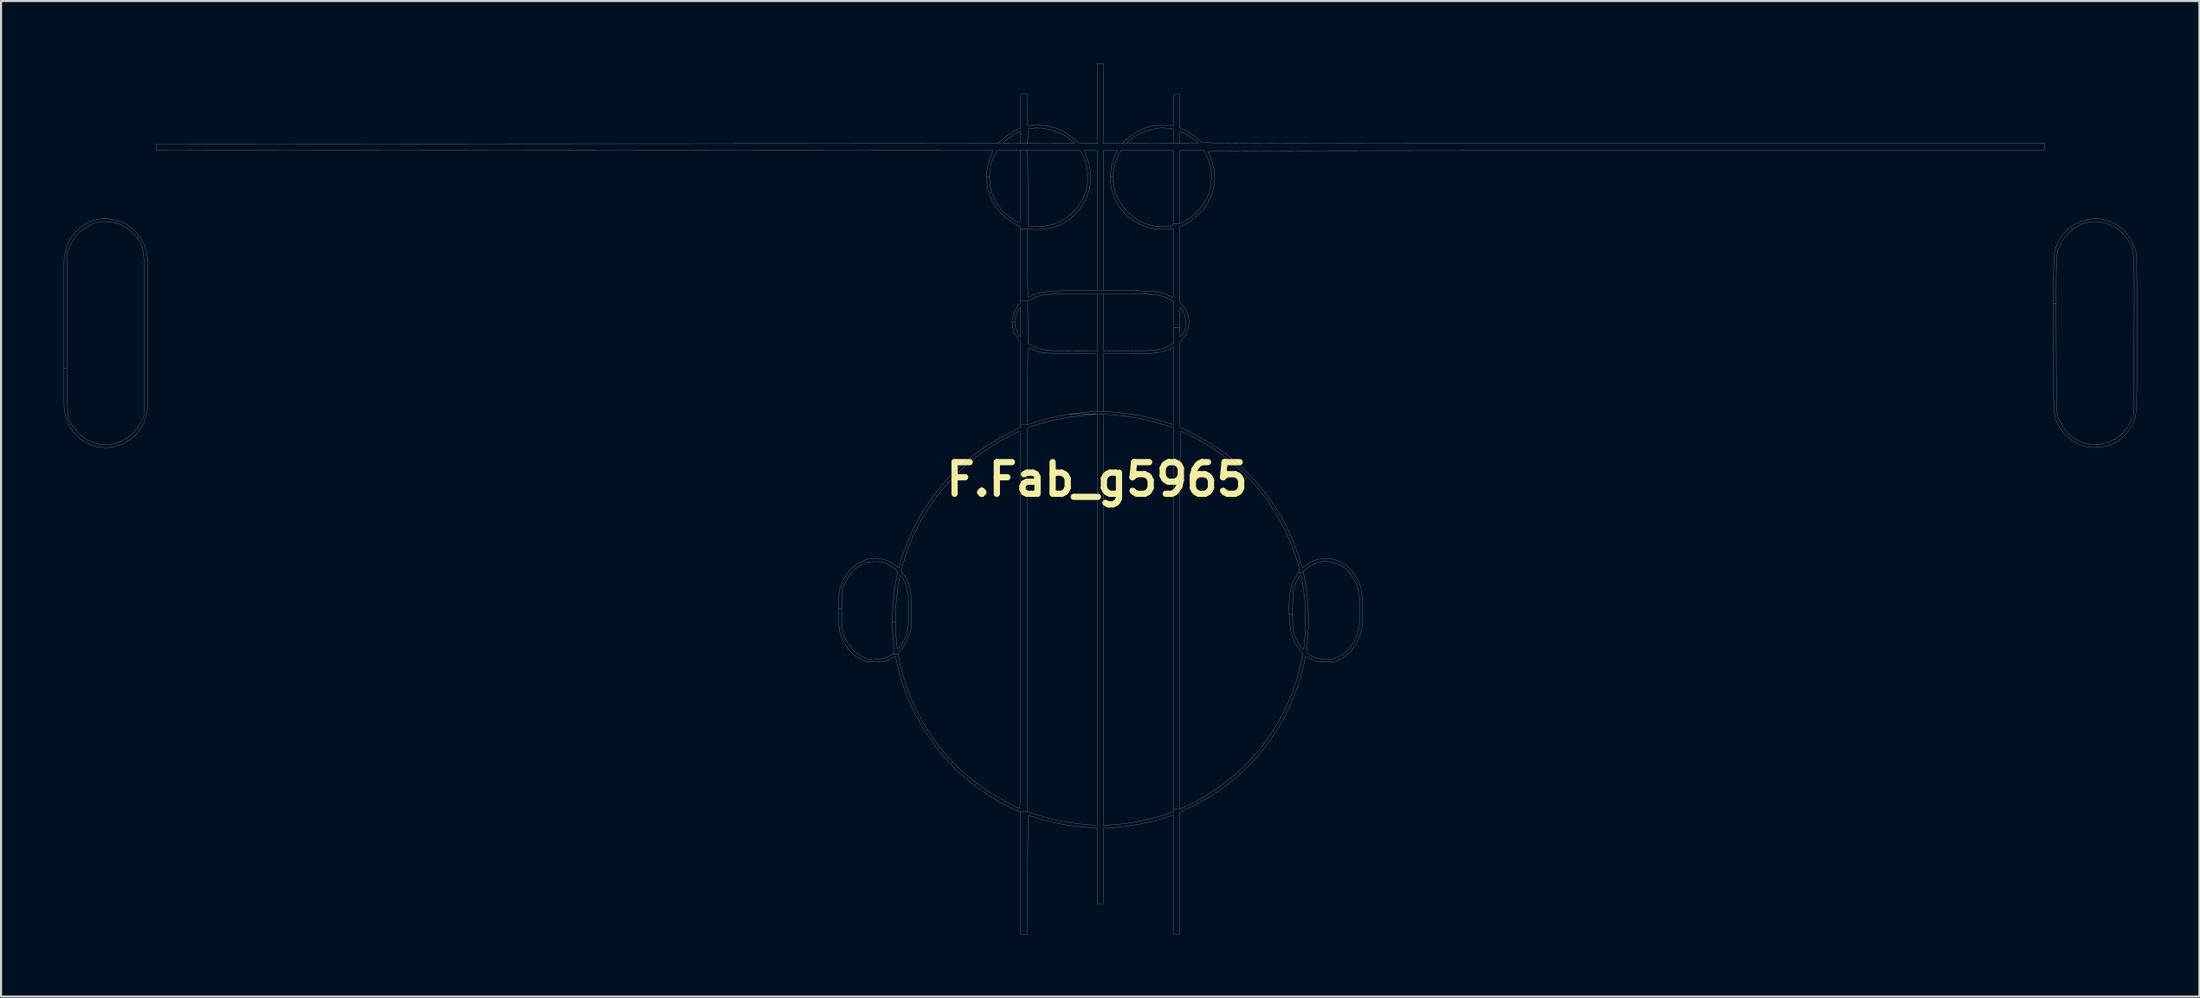
<source format=kicad_pcb>
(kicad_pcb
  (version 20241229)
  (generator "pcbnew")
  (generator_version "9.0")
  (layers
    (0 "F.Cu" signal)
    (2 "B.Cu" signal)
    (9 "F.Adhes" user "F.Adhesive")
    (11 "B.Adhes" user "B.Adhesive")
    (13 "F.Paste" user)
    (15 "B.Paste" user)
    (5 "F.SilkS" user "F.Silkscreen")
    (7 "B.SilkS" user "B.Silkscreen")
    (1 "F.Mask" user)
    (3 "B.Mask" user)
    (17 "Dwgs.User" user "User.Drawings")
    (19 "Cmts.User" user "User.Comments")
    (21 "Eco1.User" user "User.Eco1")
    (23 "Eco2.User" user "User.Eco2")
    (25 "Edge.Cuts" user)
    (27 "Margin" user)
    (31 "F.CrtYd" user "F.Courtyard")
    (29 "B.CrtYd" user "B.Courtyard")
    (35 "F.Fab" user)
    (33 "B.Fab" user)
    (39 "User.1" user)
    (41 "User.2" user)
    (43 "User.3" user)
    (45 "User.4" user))
  (footprint "F.Fab_g5965"
    (layer "F.Cu")
    (at 49.745 20.029)
    (property "Reference" "F.Fab_g5965" (at 0 0 0) (layer "F.SilkS") (effects (font (size 1.524 1.524) (thickness 0.3))))
    (attr through_hole)
    (fp_poly (pts (xy -47.208 -12.494) (xy -46.854 -12.364) (xy -46.531 -12.171) (xy -46.248 -11.918) (xy -46.014 -11.612) (xy -45.836 -11.257) (xy -45.739 -10.927) (xy -45.728 -10.862) (xy -45.718 -10.773) (xy -45.71 -10.654) (xy -45.703 -10.5) (xy -45.697 -10.306) (xy -45.692 -10.067) (xy -45.688 -9.778) (xy -45.684 -9.432) (xy -45.682 -9.026) (xy -45.68 -8.554) (xy -45.679 -8.01) (xy -45.679 -7.39) (xy -45.678 -7.024) (xy -45.678 -6.385) (xy -45.678 -5.825) (xy -45.679 -5.338) (xy -45.68 -4.919) (xy -45.681 -4.561) (xy -45.684 -4.258) (xy -45.687 -4.006) (xy -45.691 -3.798) (xy -45.696 -3.628) (xy -45.702 -3.491) (xy -45.71 -3.381) (xy -45.719 -3.292) (xy -45.73 -3.218) (xy -45.742 -3.153) (xy -45.756 -3.092) (xy -45.762 -3.069) (xy -45.868 -2.743) (xy -46.014 -2.464) (xy -46.217 -2.201) (xy -46.279 -2.133) (xy -46.568 -1.886) (xy -46.904 -1.701) (xy -47.272 -1.581) (xy -47.655 -1.53) (xy -48.038 -1.553) (xy -48.213 -1.591) (xy -48.583 -1.733) (xy -48.915 -1.944) (xy -49.202 -2.215) (xy -49.434 -2.536) (xy -49.602 -2.896) (xy -49.698 -3.281) (xy -49.705 -3.377) (xy -49.712 -3.55) (xy -49.718 -3.792) (xy -49.723 -4.094) (xy -49.728 -4.449) (xy -49.732 -4.849) (xy -49.732 -4.875) (xy -49.569 -4.875) (xy -49.568 -4.477) (xy -49.565 -4.135) (xy -49.559 -3.845) (xy -49.552 -3.602) (xy -49.541 -3.4) (xy -49.527 -3.234) (xy -49.51 -3.098) (xy -49.489 -2.986) (xy -49.464 -2.894) (xy -49.435 -2.815) (xy -49.401 -2.745) (xy -49.361 -2.677) (xy -49.316 -2.607) (xy -49.278 -2.549) (xy -49.031 -2.237) (xy -48.738 -1.993) (xy -48.493 -1.857) (xy -48.19 -1.735) (xy -47.914 -1.672) (xy -47.636 -1.665) (xy -47.389 -1.697) (xy -47.03 -1.805) (xy -46.695 -1.986) (xy -46.397 -2.23) (xy -46.15 -2.526) (xy -46.004 -2.781) (xy -45.868 -3.069) (xy -45.855 -6.921) (xy -45.853 -7.606) (xy -45.851 -8.212) (xy -45.85 -8.744) (xy -45.85 -9.207) (xy -45.851 -9.608) (xy -45.855 -9.951) (xy -45.86 -10.242) (xy -45.867 -10.486) (xy -45.878 -10.69) (xy -45.891 -10.857) (xy -45.908 -10.995) (xy -45.929 -11.107) (xy -45.954 -11.2) (xy -45.983 -11.279) (xy -46.017 -11.35) (xy -46.056 -11.417) (xy -46.101 -11.487) (xy -46.142 -11.549) (xy -46.375 -11.844) (xy -46.665 -12.085) (xy -46.947 -12.247) (xy -47.071 -12.306) (xy -47.175 -12.345) (xy -47.281 -12.368) (xy -47.414 -12.379) (xy -47.596 -12.382) (xy -47.709 -12.383) (xy -47.923 -12.381) (xy -48.077 -12.374) (xy -48.193 -12.358) (xy -48.296 -12.327) (xy -48.41 -12.278) (xy -48.483 -12.242) (xy -48.825 -12.029) (xy -49.114 -11.752) (xy -49.343 -11.416) (xy -49.393 -11.317) (xy -49.551 -10.986) (xy -49.564 -7.154) (xy -49.566 -6.471) (xy -49.568 -5.867) (xy -49.569 -5.337) (xy -49.569 -4.875) (xy -49.732 -4.875) (xy -49.735 -5.285) (xy -49.737 -5.75) (xy -49.739 -6.236) (xy -49.74 -6.735) (xy -49.74 -7.239) (xy -49.739 -7.74) (xy -49.738 -8.229) (xy -49.736 -8.7) (xy -49.733 -9.144) (xy -49.73 -9.552) (xy -49.725 -9.918) (xy -49.72 -10.233) (xy -49.714 -10.488) (xy -49.708 -10.677) (xy -49.7 -10.791) (xy -49.699 -10.806) (xy -49.602 -11.196) (xy -49.433 -11.557) (xy -49.202 -11.877) (xy -48.916 -12.147) (xy -48.585 -12.355) (xy -48.365 -12.446) (xy -47.972 -12.54) (xy -47.583 -12.554) (xy -47.208 -12.494)) (stroke (width 0.01) (type solid)) (fill no) (layer "F.Fab"))
    (fp_poly (pts (xy 48.34 -12.531) (xy 48.737 -12.423) (xy 49.094 -12.243) (xy 49.406 -11.997) (xy 49.667 -11.69) (xy 49.868 -11.328) (xy 49.97 -11.052) (xy 49.982 -11.005) (xy 49.992 -10.945) (xy 50.001 -10.867) (xy 50.009 -10.765) (xy 50.016 -10.635) (xy 50.021 -10.47) (xy 50.026 -10.266) (xy 50.03 -10.016) (xy 50.032 -9.716) (xy 50.035 -9.36) (xy 50.036 -8.943) (xy 50.037 -8.459) (xy 50.038 -7.903) (xy 50.038 -7.269) (xy 50.038 -7.05) (xy 50.038 -6.375) (xy 50.038 -5.78) (xy 50.037 -5.258) (xy 50.036 -4.804) (xy 50.033 -4.413) (xy 50.029 -4.079) (xy 50.023 -3.796) (xy 50.015 -3.559) (xy 50.004 -3.363) (xy 49.991 -3.201) (xy 49.975 -3.069) (xy 49.955 -2.96) (xy 49.932 -2.869) (xy 49.904 -2.792) (xy 49.872 -2.721) (xy 49.836 -2.652) (xy 49.794 -2.579) (xy 49.776 -2.548) (xy 49.612 -2.31) (xy 49.401 -2.08) (xy 49.171 -1.882) (xy 48.995 -1.769) (xy 48.65 -1.627) (xy 48.272 -1.548) (xy 47.885 -1.536) (xy 47.555 -1.584) (xy 47.217 -1.706) (xy 46.893 -1.897) (xy 46.603 -2.143) (xy 46.366 -2.427) (xy 46.254 -2.615) (xy 46.214 -2.694) (xy 46.179 -2.766) (xy 46.148 -2.839) (xy 46.121 -2.916) (xy 46.099 -3.004) (xy 46.079 -3.108) (xy 46.063 -3.234) (xy 46.05 -3.388) (xy 46.04 -3.574) (xy 46.032 -3.8) (xy 46.026 -4.07) (xy 46.022 -4.39) (xy 46.02 -4.765) (xy 46.019 -5.202) (xy 46.018 -5.706) (xy 46.018 -6.282) (xy 46.019 -6.937) (xy 46.019 -7.047) (xy 46.019 -7.7) (xy 46.02 -8.274) (xy 46.02 -8.458) (xy 46.15 -8.458) (xy 46.151 -7.8) (xy 46.152 -7.066) (xy 46.153 -6.894) (xy 46.155 -6.25) (xy 46.157 -5.685) (xy 46.159 -5.193) (xy 46.161 -4.77) (xy 46.164 -4.409) (xy 46.167 -4.104) (xy 46.171 -3.851) (xy 46.175 -3.644) (xy 46.18 -3.476) (xy 46.187 -3.344) (xy 46.194 -3.24) (xy 46.203 -3.159) (xy 46.214 -3.097) (xy 46.226 -3.046) (xy 46.239 -3.003) (xy 46.255 -2.96) (xy 46.256 -2.959) (xy 46.433 -2.597) (xy 46.665 -2.287) (xy 46.942 -2.035) (xy 47.254 -1.844) (xy 47.593 -1.719) (xy 47.948 -1.665) (xy 48.312 -1.686) (xy 48.648 -1.777) (xy 49.006 -1.957) (xy 49.318 -2.205) (xy 49.578 -2.512) (xy 49.775 -2.87) (xy 49.792 -2.911) (xy 49.89 -3.154) (xy 49.902 -6.91) (xy 49.904 -7.589) (xy 49.905 -8.189) (xy 49.906 -8.716) (xy 49.906 -9.174) (xy 49.904 -9.569) (xy 49.901 -9.908) (xy 49.895 -10.195) (xy 49.887 -10.435) (xy 49.877 -10.635) (xy 49.864 -10.8) (xy 49.848 -10.935) (xy 49.828 -11.046) (xy 49.805 -11.139) (xy 49.777 -11.218) (xy 49.745 -11.29) (xy 49.709 -11.359) (xy 49.667 -11.432) (xy 49.658 -11.448) (xy 49.508 -11.663) (xy 49.312 -11.877) (xy 49.096 -12.065) (xy 48.887 -12.201) (xy 48.874 -12.207) (xy 48.598 -12.322) (xy 48.324 -12.384) (xy 48.018 -12.4) (xy 47.902 -12.395) (xy 47.698 -12.379) (xy 47.538 -12.348) (xy 47.381 -12.292) (xy 47.233 -12.222) (xy 46.901 -12.012) (xy 46.62 -11.74) (xy 46.397 -11.418) (xy 46.241 -11.056) (xy 46.185 -10.83) (xy 46.176 -10.737) (xy 46.168 -10.56) (xy 46.162 -10.301) (xy 46.157 -9.96) (xy 46.154 -9.539) (xy 46.151 -9.038) (xy 46.15 -8.458) (xy 46.02 -8.458) (xy 46.021 -8.775) (xy 46.023 -9.207) (xy 46.025 -9.577) (xy 46.028 -9.891) (xy 46.031 -10.153) (xy 46.036 -10.369) (xy 46.041 -10.545) (xy 46.047 -10.687) (xy 46.055 -10.8) (xy 46.064 -10.889) (xy 46.074 -10.961) (xy 46.086 -11.02) (xy 46.094 -11.052) (xy 46.232 -11.422) (xy 46.435 -11.751) (xy 46.695 -12.033) (xy 47 -12.262) (xy 47.341 -12.429) (xy 47.708 -12.53) (xy 48.091 -12.556) (xy 48.34 -12.531)) (stroke (width 0.01) (type solid)) (fill no) (layer "F.Fab"))
    (fp_poly (pts (xy 0.296 -16.171) (xy 1.204 -16.171) (xy 1.207 -16.175) (xy 1.418 -16.175) (xy 2.552 -16.173) (xy 3.686 -16.171) (xy 3.676 -16.472) (xy 3.979 -16.472) (xy 3.979 -16.171) (xy 4.889 -16.173) (xy 4.72 -16.317) (xy 4.583 -16.424) (xy 4.418 -16.538) (xy 4.251 -16.643) (xy 4.109 -16.721) (xy 4.053 -16.745) (xy 4.015 -16.751) (xy 3.992 -16.722) (xy 3.982 -16.642) (xy 3.979 -16.496) (xy 3.979 -16.472) (xy 3.676 -16.472) (xy 3.662 -16.87) (xy 3.408 -16.908) (xy 3.077 -16.922) (xy 2.72 -16.875) (xy 2.359 -16.774) (xy 2.017 -16.627) (xy 1.719 -16.441) (xy 1.609 -16.349) (xy 1.418 -16.175) (xy 1.207 -16.175) (xy 1.396 -16.359) (xy 1.677 -16.59) (xy 2.013 -16.791) (xy 2.365 -16.942) (xy 2.508 -16.986) (xy 2.648 -17.015) (xy 2.81 -17.031) (xy 3.017 -17.038) (xy 3.164 -17.039) (xy 3.683 -17.039) (xy 3.683 -18.542) (xy 3.979 -18.542) (xy 3.979 -16.934) (xy 4.25 -16.802) (xy 4.444 -16.695) (xy 4.64 -16.564) (xy 4.815 -16.427) (xy 4.947 -16.301) (xy 4.986 -16.252) (xy 4.991 -16.246) (xy 5.001 -16.24) (xy 5.016 -16.234) (xy 5.039 -16.229) (xy 5.072 -16.224) (xy 5.118 -16.219) (xy 5.179 -16.215) (xy 5.257 -16.211) (xy 5.354 -16.207) (xy 5.473 -16.204) (xy 5.616 -16.2) (xy 5.784 -16.197) (xy 5.981 -16.194) (xy 6.208 -16.192) (xy 6.468 -16.189) (xy 6.763 -16.187) (xy 7.096 -16.185) (xy 7.467 -16.183) (xy 7.881 -16.181) (xy 8.338 -16.18) (xy 8.841 -16.178) (xy 9.393 -16.177) (xy 9.996 -16.176) (xy 10.651 -16.175) (xy 11.362 -16.175) (xy 12.129 -16.174) (xy 12.957 -16.173) (xy 13.846 -16.173) (xy 14.799 -16.172) (xy 15.819 -16.172) (xy 16.907 -16.172) (xy 18.066 -16.172) (xy 19.298 -16.172) (xy 20.606 -16.171) (xy 21.99 -16.171) (xy 23.455 -16.171) (xy 25.002 -16.171) (xy 45.593 -16.171) (xy 45.593 -15.833) (xy 25.459 -15.833) (xy 23.849 -15.833) (xy 22.322 -15.833) (xy 20.876 -15.832) (xy 19.509 -15.832) (xy 18.219 -15.832) (xy 17.003 -15.831) (xy 15.861 -15.831) (xy 14.79 -15.83) (xy 13.789 -15.829) (xy 12.855 -15.828) (xy 11.986 -15.827) (xy 11.181 -15.826) (xy 10.437 -15.825) (xy 9.753 -15.823) (xy 9.127 -15.821) (xy 8.557 -15.82) (xy 8.04 -15.818) (xy 7.576 -15.816) (xy 7.161 -15.813) (xy 6.795 -15.811) (xy 6.475 -15.808) (xy 6.199 -15.806) (xy 5.966 -15.803) (xy 5.773 -15.8) (xy 5.619 -15.796) (xy 5.501 -15.793) (xy 5.418 -15.789) (xy 5.368 -15.785) (xy 5.349 -15.781) (xy 5.348 -15.78) (xy 5.523 -15.325) (xy 5.627 -14.905) (xy 5.663 -14.508) (xy 5.63 -14.123) (xy 5.53 -13.738) (xy 5.503 -13.661) (xy 5.329 -13.302) (xy 5.09 -12.965) (xy 4.801 -12.665) (xy 4.479 -12.422) (xy 4.279 -12.312) (xy 3.984 -12.171) (xy 3.982 -10.361) (xy 3.979 -8.552) (xy 4.134 -8.351) (xy 4.279 -8.138) (xy 4.368 -7.945) (xy 4.41 -7.74) (xy 4.418 -7.578) (xy 4.387 -7.288) (xy 4.295 -7.021) (xy 4.151 -6.799) (xy 4.103 -6.749) (xy 3.979 -6.63) (xy 3.981 -4.575) (xy 3.983 -2.519) (xy 4.606 -2.214) (xy 5.4 -1.779) (xy 6.146 -1.276) (xy 6.842 -0.71) (xy 7.483 -0.083) (xy 8.064 0.598) (xy 8.584 1.329) (xy 9.037 2.107) (xy 9.42 2.927) (xy 9.717 3.743) (xy 9.778 3.931) (xy 9.83 4.086) (xy 9.869 4.192) (xy 9.888 4.233) (xy 9.888 4.233) (xy 9.928 4.21) (xy 10.014 4.149) (xy 10.094 4.089) (xy 10.378 3.923) (xy 10.696 3.827) (xy 11.03 3.8) (xy 11.368 3.841) (xy 11.693 3.95) (xy 11.99 4.128) (xy 12.017 4.148) (xy 12.227 4.353) (xy 12.422 4.616) (xy 12.582 4.908) (xy 12.664 5.116) (xy 12.707 5.303) (xy 12.742 5.553) (xy 12.766 5.847) (xy 12.78 6.165) (xy 12.783 6.485) (xy 12.774 6.789) (xy 12.753 7.055) (xy 12.725 7.239) (xy 12.605 7.637) (xy 12.424 7.994) (xy 12.188 8.298) (xy 11.906 8.541) (xy 11.699 8.663) (xy 11.577 8.718) (xy 11.471 8.754) (xy 11.353 8.774) (xy 11.2 8.782) (xy 11.007 8.784) (xy 10.802 8.782) (xy 10.656 8.774) (xy 10.544 8.754) (xy 10.441 8.717) (xy 10.321 8.659) (xy 10.298 8.648) (xy 10.034 8.511) (xy 10.013 8.605) (xy 9.922 9.009) (xy 9.836 9.352) (xy 9.749 9.661) (xy 9.692 9.842) (xy 9.377 10.69) (xy 8.988 11.5) (xy 8.529 12.27) (xy 8.003 12.993) (xy 7.416 13.666) (xy 6.771 14.283) (xy 6.071 14.841) (xy 5.322 15.335) (xy 4.606 15.721) (xy 3.984 16.023) (xy 3.982 18.955) (xy 3.979 21.886) (xy 3.683 21.886) (xy 3.683 16.147) (xy 3.27 16.282) (xy 2.879 16.397) (xy 2.449 16.503) (xy 2 16.596) (xy 1.554 16.672) (xy 1.132 16.728) (xy 0.756 16.759) (xy 0.562 16.764) (xy 0.296 16.764) (xy 0.296 20.447) (xy 0 20.447) (xy 0 16.777) (xy -0.465 16.75) (xy -0.958 16.706) (xy -1.364 16.649) (xy 0.296 16.649) (xy 0.709 16.62) (xy 0.94 16.602) (xy 1.188 16.579) (xy 1.409 16.555) (xy 1.46 16.549) (xy 1.815 16.493) (xy 2.216 16.412) (xy 2.631 16.314) (xy 3.03 16.205) (xy 3.228 16.144) (xy 3.683 15.998) (xy 3.683 6.772) (xy 3.979 6.772) (xy 3.979 15.872) (xy 4.371 15.69) (xy 4.577 15.589) (xy 4.818 15.462) (xy 5.061 15.327) (xy 5.207 15.241) (xy 5.971 14.734) (xy 6.68 14.165) (xy 7.329 13.54) (xy 7.916 12.862) (xy 8.439 12.136) (xy 8.893 11.366) (xy 9.276 10.556) (xy 9.584 9.711) (xy 9.802 8.895) (xy 9.916 8.382) (xy 9.764 8.214) (xy 9.598 8.006) (xy 9.469 7.781) (xy 9.373 7.528) (xy 9.306 7.232) (xy 9.263 6.879) (xy 9.241 6.501) (xy 9.403 6.501) (xy 9.406 6.789) (xy 9.414 7.022) (xy 9.428 7.188) (xy 9.437 7.241) (xy 9.506 7.475) (xy 9.609 7.718) (xy 9.729 7.935) (xy 9.813 8.051) (xy 9.925 8.184) (xy 9.958 8.04) (xy 9.97 7.952) (xy 9.983 7.796) (xy 9.996 7.588) (xy 10.008 7.344) (xy 10.017 7.091) (xy 10.025 6.558) (xy 10.012 6.078) (xy 9.974 5.62) (xy 9.91 5.155) (xy 9.877 4.961) (xy 9.844 4.778) (xy 9.819 4.667) (xy 9.798 4.616) (xy 9.775 4.613) (xy 9.743 4.647) (xy 9.73 4.663) (xy 9.675 4.753) (xy 9.605 4.891) (xy 9.539 5.038) (xy 9.499 5.135) (xy 9.469 5.224) (xy 9.448 5.318) (xy 9.433 5.433) (xy 9.422 5.583) (xy 9.415 5.782) (xy 9.409 6.046) (xy 9.407 6.169) (xy 9.403 6.501) (xy 9.241 6.501) (xy 9.241 6.493) (xy 9.235 6.056) (xy 9.252 5.688) (xy 9.295 5.373) (xy 9.365 5.099) (xy 9.466 4.851) (xy 9.594 4.625) (xy 9.669 4.495) (xy 9.676 4.48) (xy 9.925 4.48) (xy 9.94 4.548) (xy 9.966 4.68) (xy 9.999 4.858) (xy 10.034 5.059) (xy 10.12 5.713) (xy 10.164 6.411) (xy 10.166 7.121) (xy 10.125 7.812) (xy 10.095 8.09) (xy 10.08 8.226) (xy 10.087 8.308) (xy 10.124 8.364) (xy 10.202 8.424) (xy 10.207 8.428) (xy 10.477 8.571) (xy 10.783 8.651) (xy 11.103 8.667) (xy 11.414 8.616) (xy 11.571 8.559) (xy 11.883 8.375) (xy 12.15 8.122) (xy 12.366 7.806) (xy 12.529 7.431) (xy 12.542 7.389) (xy 12.576 7.271) (xy 12.601 7.158) (xy 12.618 7.031) (xy 12.628 6.875) (xy 12.634 6.672) (xy 12.635 6.407) (xy 12.635 6.308) (xy 12.633 6.006) (xy 12.628 5.773) (xy 12.617 5.594) (xy 12.6 5.454) (xy 12.575 5.336) (xy 12.558 5.272) (xy 12.405 4.885) (xy 12.203 4.558) (xy 11.958 4.296) (xy 11.672 4.104) (xy 11.352 3.984) (xy 11.084 3.945) (xy 10.789 3.955) (xy 10.516 4.028) (xy 10.243 4.17) (xy 10.141 4.239) (xy 10.002 4.348) (xy 9.933 4.429) (xy 9.925 4.48) (xy 9.676 4.48) (xy 9.721 4.385) (xy 9.736 4.328) (xy 9.721 4.24) (xy 9.678 4.089) (xy 9.614 3.889) (xy 9.534 3.656) (xy 9.443 3.405) (xy 9.347 3.15) (xy 9.251 2.906) (xy 9.16 2.689) (xy 9.093 2.54) (xy 8.667 1.739) (xy 8.172 0.984) (xy 7.612 0.279) (xy 6.989 -0.372) (xy 6.31 -0.965) (xy 5.577 -1.495) (xy 4.796 -1.958) (xy 4.628 -2.045) (xy 4.428 -2.145) (xy 4.254 -2.229) (xy 4.119 -2.292) (xy 4.039 -2.325) (xy 4.025 -2.328) (xy 4.019 -2.298) (xy 4.014 -2.207) (xy 4.009 -2.054) (xy 4.004 -1.837) (xy 4 -1.554) (xy 3.997 -1.203) (xy 3.993 -0.785) (xy 3.99 -0.296) (xy 3.988 0.265) (xy 3.986 0.899) (xy 3.984 1.608) (xy 3.982 2.393) (xy 3.981 3.257) (xy 3.98 4.199) (xy 3.98 5.223) (xy 3.979 6.329) (xy 3.979 6.772) (xy 3.683 6.772) (xy 3.683 -2.483) (xy 3.122 -2.659) (xy 2.562 -2.82) (xy 2.015 -2.943) (xy 1.454 -3.035) (xy 0.847 -3.1) (xy 0.688 -3.113) (xy 0.296 -3.142) (xy 0.296 16.649) (xy -1.364 16.649) (xy -1.483 16.632) (xy -2.012 16.532) (xy -2.517 16.412) (xy -2.969 16.277) (xy -3.023 16.258) (xy -3.159 16.213) (xy -3.264 16.181) (xy -3.309 16.171) (xy -3.315 16.213) (xy -3.32 16.331) (xy -3.326 16.521) (xy -3.331 16.775) (xy -3.335 17.086) (xy -3.338 17.447) (xy -3.341 17.851) (xy -3.343 18.292) (xy -3.344 18.762) (xy -3.344 19.029) (xy -3.344 21.886) (xy -3.683 21.886) (xy -3.683 16.013) (xy -3.99 15.878) (xy -4.607 15.571) (xy -5.232 15.196) (xy -5.849 14.764) (xy -6.44 14.286) (xy -6.811 13.949) (xy -7.375 13.356) (xy -7.896 12.699) (xy -8.369 11.99) (xy -8.785 11.243) (xy -9.139 10.468) (xy -9.421 9.68) (xy -9.613 8.954) (xy -9.652 8.776) (xy -9.685 8.633) (xy -9.707 8.543) (xy -9.714 8.52) (xy -9.752 8.533) (xy -9.844 8.578) (xy -9.971 8.646) (xy -9.973 8.647) (xy -10.091 8.709) (xy -10.19 8.749) (xy -10.293 8.771) (xy -10.426 8.781) (xy -10.614 8.784) (xy -10.669 8.784) (xy -10.875 8.782) (xy -11.022 8.774) (xy -11.137 8.753) (xy -11.246 8.715) (xy -11.375 8.655) (xy -11.396 8.645) (xy -11.694 8.453) (xy -11.954 8.192) (xy -12.169 7.874) (xy -12.331 7.509) (xy -12.383 7.336) (xy -12.41 7.178) (xy -12.431 6.955) (xy -12.443 6.686) (xy -12.449 6.392) (xy -12.448 6.308) (xy -12.295 6.308) (xy -12.294 6.614) (xy -12.291 6.849) (xy -12.286 7.027) (xy -12.276 7.162) (xy -12.26 7.267) (xy -12.239 7.357) (xy -12.209 7.445) (xy -12.201 7.468) (xy -12.02 7.846) (xy -11.787 8.162) (xy -11.504 8.413) (xy -11.175 8.595) (xy -11.049 8.641) (xy -10.899 8.666) (xy -10.7 8.668) (xy -10.483 8.648) (xy -10.28 8.611) (xy -10.122 8.559) (xy -10.118 8.557) (xy -9.942 8.469) (xy -9.831 8.396) (xy -9.829 8.393) (xy -9.583 8.393) (xy -9.507 8.779) (xy -9.444 9.052) (xy -9.352 9.379) (xy -9.24 9.737) (xy -9.115 10.103) (xy -8.986 10.454) (xy -8.859 10.768) (xy -8.77 10.965) (xy -8.334 11.78) (xy -7.831 12.544) (xy -7.263 13.255) (xy -6.634 13.91) (xy -5.947 14.504) (xy -5.203 15.037) (xy -4.407 15.504) (xy -4.303 15.558) (xy -4.108 15.657) (xy -3.939 15.74) (xy -3.81 15.8) (xy -3.736 15.83) (xy -3.726 15.833) (xy -3.72 15.793) (xy -3.715 15.672) (xy -3.71 15.471) (xy -3.706 15.19) (xy -3.702 14.827) (xy -3.698 14.382) (xy -3.695 13.856) (xy -3.692 13.247) (xy -3.69 12.556) (xy -3.688 11.783) (xy -3.686 10.926) (xy -3.685 9.985) (xy -3.684 8.961) (xy -3.683 7.853) (xy -3.683 6.752) (xy -3.683 5.882) (xy -3.683 5.034) (xy -3.684 4.213) (xy -3.684 3.422) (xy -3.685 2.666) (xy -3.686 1.947) (xy -3.687 1.271) (xy -3.688 0.641) (xy -3.689 0.06) (xy -3.69 -0.467) (xy -3.692 -0.936) (xy -3.693 -1.344) (xy -3.695 -1.687) (xy -3.697 -1.961) (xy -3.698 -2.161) (xy -3.7 -2.285) (xy -3.702 -2.328) (xy -3.702 -2.328) (xy -3.763 -2.309) (xy -3.882 -2.257) (xy -4.043 -2.181) (xy -4.23 -2.088) (xy -4.426 -1.986) (xy -4.615 -1.884) (xy -4.774 -1.794) (xy -5.548 -1.292) (xy -6.267 -0.729) (xy -6.926 -0.109) (xy -7.523 0.564) (xy -8.056 1.287) (xy -8.52 2.055) (xy -8.913 2.865) (xy -9.232 3.713) (xy -9.328 4.026) (xy -9.43 4.378) (xy -9.287 4.593) (xy -9.183 4.757) (xy -9.103 4.91) (xy -9.044 5.065) (xy -9.001 5.239) (xy -8.972 5.446) (xy -8.954 5.701) (xy -8.943 6.018) (xy -8.94 6.181) (xy -8.937 6.57) (xy -8.941 6.885) (xy -8.954 7.123) (xy -8.975 7.28) (xy -8.975 7.281) (xy -9.064 7.572) (xy -9.198 7.865) (xy -9.359 8.125) (xy -9.424 8.208) (xy -9.583 8.393) (xy -9.829 8.393) (xy -9.773 8.32) (xy -9.757 8.222) (xy -9.769 8.082) (xy -9.777 8.021) (xy -9.837 7.433) (xy -9.852 6.874) (xy -9.708 6.874) (xy -9.692 7.345) (xy -9.676 7.571) (xy -9.659 7.775) (xy -9.643 7.939) (xy -9.63 8.043) (xy -9.627 8.057) (xy -9.604 8.137) (xy -9.573 8.145) (xy -9.526 8.107) (xy -9.466 8.034) (xy -9.388 7.914) (xy -9.319 7.794) (xy -9.227 7.601) (xy -9.159 7.405) (xy -9.11 7.188) (xy -9.08 6.935) (xy -9.064 6.629) (xy -9.061 6.308) (xy -9.066 5.943) (xy -9.083 5.645) (xy -9.115 5.399) (xy -9.166 5.186) (xy -9.237 4.991) (xy -9.323 4.815) (xy -9.384 4.703) (xy -9.43 4.638) (xy -9.465 4.627) (xy -9.494 4.675) (xy -9.523 4.789) (xy -9.556 4.976) (xy -9.585 5.153) (xy -9.655 5.71) (xy -9.697 6.296) (xy -9.708 6.874) (xy -9.852 6.874) (xy -9.855 6.794) (xy -9.831 6.125) (xy -9.766 5.449) (xy -9.689 4.939) (xy -9.601 4.437) (xy -9.714 4.32) (xy -9.814 4.236) (xy -9.956 4.142) (xy -10.067 4.08) (xy -10.197 4.02) (xy -10.312 3.983) (xy -10.443 3.965) (xy -10.618 3.959) (xy -10.689 3.959) (xy -10.895 3.964) (xy -11.046 3.98) (xy -11.168 4.014) (xy -11.27 4.058) (xy -11.583 4.259) (xy -11.852 4.529) (xy -12.072 4.861) (xy -12.201 5.147) (xy -12.232 5.237) (xy -12.256 5.325) (xy -12.272 5.425) (xy -12.284 5.551) (xy -12.29 5.717) (xy -12.294 5.937) (xy -12.295 6.224) (xy -12.295 6.308) (xy -12.448 6.308) (xy -12.447 6.092) (xy -12.438 5.806) (xy -12.422 5.553) (xy -12.398 5.353) (xy -12.381 5.269) (xy -12.249 4.894) (xy -12.064 4.567) (xy -11.834 4.294) (xy -11.568 4.076) (xy -11.275 3.918) (xy -10.963 3.822) (xy -10.641 3.793) (xy -10.317 3.834) (xy -10 3.948) (xy -9.698 4.138) (xy -9.658 4.171) (xy -9.573 4.236) (xy -9.533 4.245) (xy -9.525 4.214) (xy -9.509 4.116) (xy -9.463 3.954) (xy -9.395 3.743) (xy -9.307 3.499) (xy -9.207 3.234) (xy -9.1 2.963) (xy -8.99 2.702) (xy -8.883 2.463) (xy -8.829 2.349) (xy -8.386 1.538) (xy -7.877 0.78) (xy -7.305 0.076) (xy -6.672 -0.57) (xy -5.98 -1.157) (xy -5.231 -1.682) (xy -4.428 -2.142) (xy -4.301 -2.206) (xy -3.725 -2.494) (xy -3.344 -2.494) (xy -3.344 15.999) (xy -2.826 16.164) (xy -2.316 16.31) (xy -1.77 16.434) (xy -1.216 16.532) (xy -0.681 16.6) (xy -0.201 16.631) (xy 0 16.637) (xy 0 -3.14) (xy -0.37 -3.113) (xy -1.305 -3.006) (xy -2.206 -2.829) (xy -2.932 -2.626) (xy -3.344 -2.494) (xy -3.725 -2.494) (xy -3.683 -2.515) (xy -3.683 -4.494) (xy -3.344 -4.494) (xy -3.344 -2.629) (xy -2.995 -2.75) (xy -2.794 -2.814) (xy -2.55 -2.886) (xy -2.305 -2.953) (xy -2.201 -2.979) (xy -1.401 -3.138) (xy -0.574 -3.235) (xy -0.455 -3.243) (xy 0 -3.272) (xy 0 -6.048) (xy -0.524 -6.054) (xy 0.296 -6.054) (xy 0.296 -3.273) (xy 0.745 -3.245) (xy 1.334 -3.19) (xy 1.937 -3.099) (xy 2.528 -2.977) (xy 3.079 -2.83) (xy 3.365 -2.736) (xy 3.51 -2.685) (xy 3.618 -2.647) (xy 3.671 -2.628) (xy 3.672 -2.628) (xy 3.675 -2.668) (xy 3.677 -2.784) (xy 3.678 -2.969) (xy 3.68 -3.212) (xy 3.681 -3.506) (xy 3.682 -3.842) (xy 3.683 -4.212) (xy 3.683 -4.502) (xy 3.683 -6.38) (xy 3.476 -6.281) (xy 3.338 -6.219) (xy 3.202 -6.169) (xy 3.057 -6.131) (xy 2.891 -6.102) (xy 2.694 -6.081) (xy 2.454 -6.067) (xy 2.159 -6.059) (xy 1.799 -6.055) (xy 1.513 -6.054) (xy 0.296 -6.054) (xy -0.524 -6.054) (xy -1.302 -6.062) (xy -1.669 -6.066) (xy -1.962 -6.07) (xy -2.192 -6.075) (xy -2.371 -6.082) (xy -2.508 -6.091) (xy -2.615 -6.104) (xy -2.703 -6.121) (xy -2.782 -6.143) (xy -2.864 -6.171) (xy -2.871 -6.174) (xy 0.296 -6.174) (xy 1.577 -6.19) (xy 1.945 -6.195) (xy 2.24 -6.201) (xy 2.472 -6.207) (xy 2.653 -6.215) (xy 2.793 -6.226) (xy 2.903 -6.24) (xy 2.994 -6.258) (xy 3.078 -6.281) (xy 3.133 -6.299) (xy 3.298 -6.36) (xy 3.452 -6.427) (xy 3.545 -6.476) (xy 3.683 -6.56) (xy 3.683 -7.583) (xy 3.981 -7.583) (xy 3.981 -7.316) (xy 3.984 -7.124) (xy 3.989 -6.996) (xy 3.999 -6.922) (xy 4.014 -6.891) (xy 4.035 -6.894) (xy 4.041 -6.899) (xy 4.096 -6.966) (xy 4.163 -7.078) (xy 4.189 -7.129) (xy 4.263 -7.373) (xy 4.272 -7.642) (xy 4.217 -7.911) (xy 4.104 -8.156) (xy 4.049 -8.234) (xy 4.025 -8.259) (xy 4.007 -8.256) (xy 3.995 -8.215) (xy 3.987 -8.127) (xy 3.983 -7.981) (xy 3.981 -7.767) (xy 3.981 -7.583) (xy 3.683 -7.583) (xy 3.683 -8.58) (xy 3.453 -8.692) (xy 3.311 -8.758) (xy 3.173 -8.81) (xy 3.028 -8.851) (xy 2.864 -8.882) (xy 2.67 -8.904) (xy 2.434 -8.918) (xy 2.144 -8.927) (xy 1.789 -8.931) (xy 1.492 -8.932) (xy 0.296 -8.932) (xy 0.296 -6.174) (xy -2.871 -6.174) (xy -2.9 -6.185) (xy -3.055 -6.243) (xy -3.186 -6.293) (xy -3.267 -6.325) (xy -3.27 -6.326) (xy -3.288 -6.33) (xy -3.303 -6.32) (xy -3.315 -6.289) (xy -3.324 -6.229) (xy -3.331 -6.134) (xy -3.336 -5.996) (xy -3.34 -5.808) (xy -3.342 -5.563) (xy -3.344 -5.254) (xy -3.344 -4.873) (xy -3.344 -4.494) (xy -3.683 -4.494) (xy -3.683 -6.609) (xy -3.829 -6.8) (xy -3.997 -7.085) (xy -4.085 -7.384) (xy -4.09 -7.582) (xy -3.963 -7.582) (xy -3.957 -7.439) (xy -3.93 -7.336) (xy -3.882 -7.205) (xy -3.824 -7.069) (xy -3.766 -6.951) (xy -3.718 -6.875) (xy -3.697 -6.858) (xy -3.693 -6.898) (xy -3.689 -7.009) (xy -3.686 -7.177) (xy -3.684 -7.388) (xy -3.684 -7.567) (xy -3.685 -8.276) (xy -3.769 -8.17) (xy -3.862 -8.005) (xy -3.93 -7.796) (xy -3.963 -7.582) (xy -4.09 -7.582) (xy -4.093 -7.689) (xy -4.02 -7.988) (xy -3.867 -8.273) (xy -3.791 -8.372) (xy -3.683 -8.5) (xy -3.683 -8.598) (xy -3.346 -8.598) (xy -3.335 -7.569) (xy -3.323 -6.54) (xy -3.089 -6.423) (xy -2.949 -6.358) (xy -2.808 -6.306) (xy -2.657 -6.265) (xy -2.482 -6.234) (xy -2.274 -6.212) (xy -2.02 -6.198) (xy -1.709 -6.189) (xy -1.329 -6.185) (xy -1.154 -6.184) (xy 0 -6.181) (xy 0 -8.932) (xy -1.198 -8.932) (xy -1.592 -8.931) (xy -1.915 -8.927) (xy -2.176 -8.918) (xy -2.389 -8.904) (xy -2.566 -8.881) (xy -2.718 -8.85) (xy -2.857 -8.809) (xy -2.996 -8.755) (xy -3.123 -8.7) (xy -3.346 -8.598) (xy -3.683 -8.598) (xy -3.683 -10.335) (xy -3.683 -12.061) (xy -3.344 -12.061) (xy -3.344 -10.412) (xy -3.344 -10.048) (xy -3.343 -9.711) (xy -3.342 -9.412) (xy -3.34 -9.159) (xy -3.337 -8.96) (xy -3.335 -8.826) (xy -3.332 -8.766) (xy -3.331 -8.763) (xy -3.289 -8.78) (xy -3.196 -8.822) (xy -3.143 -8.848) (xy -3.011 -8.908) (xy -2.883 -8.956) (xy -2.749 -8.995) (xy -2.595 -9.024) (xy -2.412 -9.047) (xy -2.187 -9.063) (xy -1.909 -9.075) (xy -1.568 -9.084) (xy -1.238 -9.091) (xy 0 -9.112) (xy 0 -15.833) (xy 0.296 -15.833) (xy 0.296 -9.112) (xy 1.556 -9.09) (xy 1.966 -9.082) (xy 2.303 -9.071) (xy 2.577 -9.058) (xy 2.798 -9.04) (xy 2.978 -9.015) (xy 3.127 -8.984) (xy 3.257 -8.943) (xy 3.377 -8.892) (xy 3.47 -8.846) (xy 3.573 -8.795) (xy 3.642 -8.767) (xy 3.651 -8.765) (xy 3.658 -8.805) (xy 3.665 -8.921) (xy 3.67 -9.104) (xy 3.675 -9.344) (xy 3.679 -9.632) (xy 3.682 -9.96) (xy 3.683 -10.318) (xy 3.683 -10.414) (xy 3.683 -12.064) (xy 3.313 -12.039) (xy 2.861 -12.049) (xy 2.426 -12.135) (xy 2.019 -12.294) (xy 1.648 -12.519) (xy 1.322 -12.806) (xy 1.051 -13.149) (xy 0.897 -13.424) (xy 0.768 -13.725) (xy 0.687 -13.999) (xy 0.645 -14.282) (xy 0.636 -14.545) (xy 0.763 -14.545) (xy 0.803 -14.12) (xy 0.918 -13.718) (xy 1.1 -13.346) (xy 1.34 -13.013) (xy 1.631 -12.725) (xy 1.965 -12.49) (xy 2.334 -12.314) (xy 2.732 -12.205) (xy 3.148 -12.171) (xy 3.299 -12.178) (xy 3.449 -12.193) (xy 3.569 -12.209) (xy 3.627 -12.222) (xy 3.641 -12.242) (xy 3.653 -12.293) (xy 3.662 -12.384) (xy 3.669 -12.52) (xy 3.675 -12.708) (xy 3.679 -12.954) (xy 3.681 -13.267) (xy 3.683 -13.652) (xy 3.683 -14.038) (xy 3.683 -15.833) (xy 3.979 -15.833) (xy 3.979 -12.314) (xy 4.275 -12.47) (xy 4.583 -12.673) (xy 4.846 -12.917) (xy 5.129 -13.267) (xy 5.33 -13.635) (xy 5.453 -14.029) (xy 5.501 -14.457) (xy 5.502 -14.54) (xy 5.49 -14.835) (xy 5.45 -15.086) (xy 5.374 -15.332) (xy 5.283 -15.547) (xy 5.152 -15.833) (xy 3.979 -15.833) (xy 3.683 -15.833) (xy 1.147 -15.833) (xy 1.039 -15.649) (xy 0.949 -15.454) (xy 0.868 -15.206) (xy 0.805 -14.937) (xy 0.769 -14.68) (xy 0.763 -14.545) (xy 0.636 -14.545) (xy 0.635 -14.569) (xy 0.67 -14.995) (xy 0.771 -15.393) (xy 0.872 -15.629) (xy 0.975 -15.833) (xy 0.296 -15.833) (xy 0 -15.833) (xy -0.63 -15.833) (xy -0.523 -15.589) (xy -0.376 -15.162) (xy -0.307 -14.735) (xy -0.313 -14.314) (xy -0.387 -13.907) (xy -0.524 -13.521) (xy -0.72 -13.164) (xy -0.97 -12.843) (xy -1.267 -12.565) (xy -1.608 -12.337) (xy -1.988 -12.167) (xy -2.4 -12.062) (xy -2.84 -12.03) (xy -2.991 -12.036) (xy -3.344 -12.061) (xy -3.683 -12.061) (xy -3.683 -12.171) (xy -3.998 -12.332) (xy -4.367 -12.567) (xy -4.681 -12.86) (xy -4.938 -13.199) (xy -5.133 -13.577) (xy -5.264 -13.981) (xy -5.326 -14.403) (xy -5.323 -14.541) (xy -5.181 -14.541) (xy -5.144 -14.104) (xy -5.034 -13.7) (xy -4.845 -13.318) (xy -4.605 -12.987) (xy -4.505 -12.884) (xy -4.367 -12.764) (xy -4.21 -12.64) (xy -4.049 -12.526) (xy -3.904 -12.433) (xy -3.793 -12.375) (xy -3.743 -12.361) (xy -3.728 -12.372) (xy -3.715 -12.408) (xy -3.706 -12.478) (xy -3.698 -12.588) (xy -3.692 -12.745) (xy -3.688 -12.956) (xy -3.685 -13.23) (xy -3.684 -13.571) (xy -3.683 -13.989) (xy -3.683 -14.097) (xy -3.683 -15.833) (xy -3.345 -15.833) (xy -3.323 -12.213) (xy -3.133 -12.186) (xy -2.844 -12.171) (xy -2.52 -12.197) (xy -2.195 -12.26) (xy -2.095 -12.288) (xy -1.747 -12.434) (xy -1.41 -12.646) (xy -1.112 -12.906) (xy -0.942 -13.103) (xy -0.7 -13.49) (xy -0.537 -13.899) (xy -0.453 -14.322) (xy -0.45 -14.752) (xy -0.527 -15.179) (xy -0.687 -15.597) (xy -0.703 -15.63) (xy -0.806 -15.833) (xy -3.345 -15.833) (xy -3.683 -15.833) (xy -4.825 -15.833) (xy -4.927 -15.63) (xy -5.079 -15.26) (xy -5.161 -14.878) (xy -5.181 -14.541) (xy -5.323 -14.541) (xy -5.317 -14.833) (xy -5.234 -15.259) (xy -5.102 -15.61) (xy -4.999 -15.833) (xy -25.137 -15.843) (xy -45.276 -15.854) (xy -45.276 -16.15) (xy -25.026 -16.161) (xy -4.776 -16.171) (xy -4.772 -16.175) (xy -4.551 -16.175) (xy -4.117 -16.173) (xy -3.683 -16.171) (xy -3.348 -16.171) (xy -2.214 -16.173) (xy -1.079 -16.175) (xy -1.27 -16.344) (xy -1.556 -16.552) (xy -1.891 -16.721) (xy -2.253 -16.842) (xy -2.618 -16.91) (xy -2.963 -16.916) (xy -3.037 -16.908) (xy -3.323 -16.87) (xy -3.335 -16.521) (xy -3.348 -16.171) (xy -3.683 -16.171) (xy -3.683 -16.769) (xy -3.926 -16.639) (xy -4.096 -16.538) (xy -4.268 -16.416) (xy -4.36 -16.342) (xy -4.551 -16.175) (xy -4.772 -16.175) (xy -4.525 -16.398) (xy -4.354 -16.536) (xy -4.154 -16.671) (xy -3.981 -16.769) (xy -3.688 -16.912) (xy -3.686 -17.727) (xy -3.683 -18.542) (xy -3.344 -18.542) (xy -3.344 -17.03) (xy -2.951 -17.05) (xy -2.485 -17.034) (xy -2.038 -16.936) (xy -1.619 -16.76) (xy -1.233 -16.506) (xy -1.087 -16.383) (xy -0.856 -16.171) (xy 0 -16.171) (xy 0 -20.024) (xy 0.296 -20.024) (xy 0.296 -16.171)) (stroke (width 0.01) (type solid)) (fill no) (layer "F.Fab")))
  (gr_rect
    (start -3 -3)
    (end 102.788 44.92)
    (stroke (width 0.1) (type default))
    (fill no)
    (layer "Edge.Cuts")))
</source>
